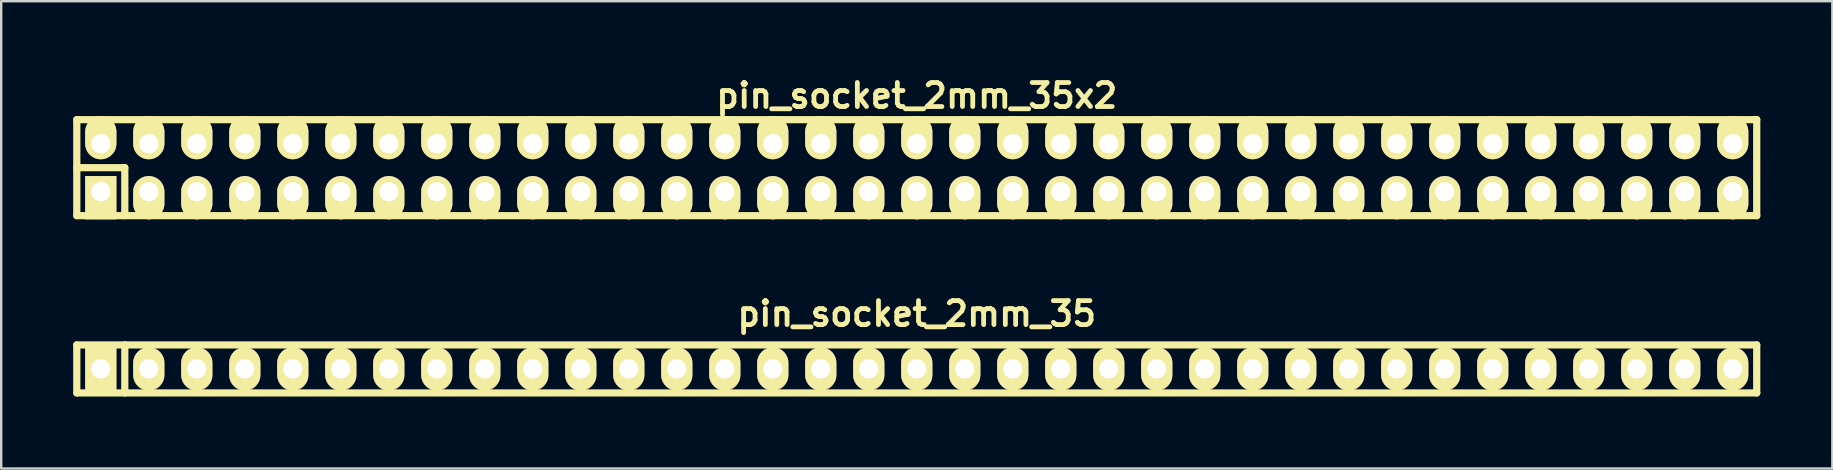
<source format=kicad_pcb>
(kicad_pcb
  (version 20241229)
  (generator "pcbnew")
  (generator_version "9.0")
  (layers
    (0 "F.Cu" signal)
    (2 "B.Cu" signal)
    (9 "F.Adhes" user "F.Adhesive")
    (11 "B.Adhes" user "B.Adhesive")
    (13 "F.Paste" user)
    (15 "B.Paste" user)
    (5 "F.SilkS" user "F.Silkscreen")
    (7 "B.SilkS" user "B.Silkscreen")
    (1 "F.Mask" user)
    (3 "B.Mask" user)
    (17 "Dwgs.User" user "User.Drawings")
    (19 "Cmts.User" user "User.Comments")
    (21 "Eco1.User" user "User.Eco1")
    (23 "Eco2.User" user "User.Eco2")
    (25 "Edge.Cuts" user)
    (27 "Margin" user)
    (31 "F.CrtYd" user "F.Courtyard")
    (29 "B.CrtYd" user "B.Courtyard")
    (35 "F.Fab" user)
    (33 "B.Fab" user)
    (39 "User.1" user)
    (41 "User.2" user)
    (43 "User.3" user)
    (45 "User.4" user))
  (footprint "pin_socket_2mm_35x2"
    (layer "F.Cu")
    (at 35.15 3.936)
    (property "Reference" "pin_socket_2mm_35x2" (at 0 -3 0) (layer "F.SilkS") (effects (font (size 1 1) (thickness 0.2))))
    (attr through_hole)
    (fp_line (start -35 -2) (end 35 -2) (stroke (width 0.3) (type solid)) (layer "F.SilkS"))
    (fp_line (start -35 0) (end -33 0) (stroke (width 0.3) (type solid)) (layer "F.SilkS"))
    (fp_line (start -35 2) (end -35 -2) (stroke (width 0.3) (type solid)) (layer "F.SilkS"))
    (fp_line (start -33 0) (end -33 2) (stroke (width 0.3) (type solid)) (layer "F.SilkS"))
    (fp_line (start 35 -2) (end 35 2) (stroke (width 0.3) (type solid)) (layer "F.SilkS"))
    (fp_line (start 35 2) (end -35 2) (stroke (width 0.3) (type solid)) (layer "F.SilkS"))
    (pad "1" thru_hole rect (at -34 1) (size 1.3 1.8) (drill 0.8 (offset 0 0.25)) (layers "*.Cu" "*.Mask" "F.SilkS"))
    (pad "2" thru_hole oval (at -34 -1) (size 1.3 1.8) (drill 0.8 (offset 0 -0.25)) (layers "*.Cu" "*.Mask" "F.SilkS"))
    (pad "3" thru_hole oval (at -32 1) (size 1.3 1.8) (drill 0.8 (offset 0 0.25)) (layers "*.Cu" "*.Mask" "F.SilkS"))
    (pad "4" thru_hole oval (at -32 -1) (size 1.3 1.8) (drill 0.8 (offset 0 -0.25)) (layers "*.Cu" "*.Mask" "F.SilkS"))
    (pad "5" thru_hole oval (at -30 1) (size 1.3 1.8) (drill 0.8 (offset 0 0.25)) (layers "*.Cu" "*.Mask" "F.SilkS"))
    (pad "6" thru_hole oval (at -30 -1) (size 1.3 1.8) (drill 0.8 (offset 0 -0.25)) (layers "*.Cu" "*.Mask" "F.SilkS"))
    (pad "7" thru_hole oval (at -28 1) (size 1.3 1.8) (drill 0.8 (offset 0 0.25)) (layers "*.Cu" "*.Mask" "F.SilkS"))
    (pad "8" thru_hole oval (at -28 -1) (size 1.3 1.8) (drill 0.8 (offset 0 -0.25)) (layers "*.Cu" "*.Mask" "F.SilkS"))
    (pad "9" thru_hole oval (at -26 1) (size 1.3 1.8) (drill 0.8 (offset 0 0.25)) (layers "*.Cu" "*.Mask" "F.SilkS"))
    (pad "10" thru_hole oval (at -26 -1) (size 1.3 1.8) (drill 0.8 (offset 0 -0.25)) (layers "*.Cu" "*.Mask" "F.SilkS"))
    (pad "11" thru_hole oval (at -24 1) (size 1.3 1.8) (drill 0.8 (offset 0 0.25)) (layers "*.Cu" "*.Mask" "F.SilkS"))
    (pad "12" thru_hole oval (at -24 -1) (size 1.3 1.8) (drill 0.8 (offset 0 -0.25)) (layers "*.Cu" "*.Mask" "F.SilkS"))
    (pad "13" thru_hole oval (at -22 1) (size 1.3 1.8) (drill 0.8 (offset 0 0.25)) (layers "*.Cu" "*.Mask" "F.SilkS"))
    (pad "14" thru_hole oval (at -22 -1) (size 1.3 1.8) (drill 0.8 (offset 0 -0.25)) (layers "*.Cu" "*.Mask" "F.SilkS"))
    (pad "15" thru_hole oval (at -20 1) (size 1.3 1.8) (drill 0.8 (offset 0 0.25)) (layers "*.Cu" "*.Mask" "F.SilkS"))
    (pad "16" thru_hole oval (at -20 -1) (size 1.3 1.8) (drill 0.8 (offset 0 -0.25)) (layers "*.Cu" "*.Mask" "F.SilkS"))
    (pad "17" thru_hole oval (at -18 1) (size 1.3 1.8) (drill 0.8 (offset 0 0.25)) (layers "*.Cu" "*.Mask" "F.SilkS"))
    (pad "18" thru_hole oval (at -18 -1) (size 1.3 1.8) (drill 0.8 (offset 0 -0.25)) (layers "*.Cu" "*.Mask" "F.SilkS"))
    (pad "19" thru_hole oval (at -16 1) (size 1.3 1.8) (drill 0.8 (offset 0 0.25)) (layers "*.Cu" "*.Mask" "F.SilkS"))
    (pad "20" thru_hole oval (at -16 -1) (size 1.3 1.8) (drill 0.8 (offset 0 -0.25)) (layers "*.Cu" "*.Mask" "F.SilkS"))
    (pad "21" thru_hole oval (at -14 1) (size 1.3 1.8) (drill 0.8 (offset 0 0.25)) (layers "*.Cu" "*.Mask" "F.SilkS"))
    (pad "22" thru_hole oval (at -14 -1) (size 1.3 1.8) (drill 0.8 (offset 0 -0.25)) (layers "*.Cu" "*.Mask" "F.SilkS"))
    (pad "23" thru_hole oval (at -12 1) (size 1.3 1.8) (drill 0.8 (offset 0 0.25)) (layers "*.Cu" "*.Mask" "F.SilkS"))
    (pad "24" thru_hole oval (at -12 -1) (size 1.3 1.8) (drill 0.8 (offset 0 -0.25)) (layers "*.Cu" "*.Mask" "F.SilkS"))
    (pad "25" thru_hole oval (at -10 1) (size 1.3 1.8) (drill 0.8 (offset 0 0.25)) (layers "*.Cu" "*.Mask" "F.SilkS"))
    (pad "26" thru_hole oval (at -10 -1) (size 1.3 1.8) (drill 0.8 (offset 0 -0.25)) (layers "*.Cu" "*.Mask" "F.SilkS"))
    (pad "27" thru_hole oval (at -8 1) (size 1.3 1.8) (drill 0.8 (offset 0 0.25)) (layers "*.Cu" "*.Mask" "F.SilkS"))
    (pad "28" thru_hole oval (at -8 -1) (size 1.3 1.8) (drill 0.8 (offset 0 -0.25)) (layers "*.Cu" "*.Mask" "F.SilkS"))
    (pad "29" thru_hole oval (at -6 1) (size 1.3 1.8) (drill 0.8 (offset 0 0.25)) (layers "*.Cu" "*.Mask" "F.SilkS"))
    (pad "30" thru_hole oval (at -6 -1) (size 1.3 1.8) (drill 0.8 (offset 0 -0.25)) (layers "*.Cu" "*.Mask" "F.SilkS"))
    (pad "31" thru_hole oval (at -4 1) (size 1.3 1.8) (drill 0.8 (offset 0 0.25)) (layers "*.Cu" "*.Mask" "F.SilkS"))
    (pad "32" thru_hole oval (at -4 -1) (size 1.3 1.8) (drill 0.8 (offset 0 -0.25)) (layers "*.Cu" "*.Mask" "F.SilkS"))
    (pad "33" thru_hole oval (at -2 1) (size 1.3 1.8) (drill 0.8 (offset 0 0.25)) (layers "*.Cu" "*.Mask" "F.SilkS"))
    (pad "34" thru_hole oval (at -2 -1) (size 1.3 1.8) (drill 0.8 (offset 0 -0.25)) (layers "*.Cu" "*.Mask" "F.SilkS"))
    (pad "35" thru_hole oval (at 0 1) (size 1.3 1.8) (drill 0.8 (offset 0 0.25)) (layers "*.Cu" "*.Mask" "F.SilkS"))
    (pad "36" thru_hole oval (at 0 -1) (size 1.3 1.8) (drill 0.8 (offset 0 -0.25)) (layers "*.Cu" "*.Mask" "F.SilkS"))
    (pad "37" thru_hole oval (at 2 1) (size 1.3 1.8) (drill 0.8 (offset 0 0.25)) (layers "*.Cu" "*.Mask" "F.SilkS"))
    (pad "38" thru_hole oval (at 2 -1) (size 1.3 1.8) (drill 0.8 (offset 0 -0.25)) (layers "*.Cu" "*.Mask" "F.SilkS"))
    (pad "39" thru_hole oval (at 4 1) (size 1.3 1.8) (drill 0.8 (offset 0 0.25)) (layers "*.Cu" "*.Mask" "F.SilkS"))
    (pad "40" thru_hole oval (at 4 -1) (size 1.3 1.8) (drill 0.8 (offset 0 -0.25)) (layers "*.Cu" "*.Mask" "F.SilkS"))
    (pad "41" thru_hole oval (at 6 1) (size 1.3 1.8) (drill 0.8 (offset 0 0.25)) (layers "*.Cu" "*.Mask" "F.SilkS"))
    (pad "42" thru_hole oval (at 6 -1) (size 1.3 1.8) (drill 0.8 (offset 0 -0.25)) (layers "*.Cu" "*.Mask" "F.SilkS"))
    (pad "43" thru_hole oval (at 8 1) (size 1.3 1.8) (drill 0.8 (offset 0 0.25)) (layers "*.Cu" "*.Mask" "F.SilkS"))
    (pad "44" thru_hole oval (at 8 -1) (size 1.3 1.8) (drill 0.8 (offset 0 -0.25)) (layers "*.Cu" "*.Mask" "F.SilkS"))
    (pad "45" thru_hole oval (at 10 1) (size 1.3 1.8) (drill 0.8 (offset 0 0.25)) (layers "*.Cu" "*.Mask" "F.SilkS"))
    (pad "46" thru_hole oval (at 10 -1) (size 1.3 1.8) (drill 0.8 (offset 0 -0.25)) (layers "*.Cu" "*.Mask" "F.SilkS"))
    (pad "47" thru_hole oval (at 12 1) (size 1.3 1.8) (drill 0.8 (offset 0 0.25)) (layers "*.Cu" "*.Mask" "F.SilkS"))
    (pad "48" thru_hole oval (at 12 -1) (size 1.3 1.8) (drill 0.8 (offset 0 -0.25)) (layers "*.Cu" "*.Mask" "F.SilkS"))
    (pad "49" thru_hole oval (at 14 1) (size 1.3 1.8) (drill 0.8 (offset 0 0.25)) (layers "*.Cu" "*.Mask" "F.SilkS"))
    (pad "50" thru_hole oval (at 14 -1) (size 1.3 1.8) (drill 0.8 (offset 0 -0.25)) (layers "*.Cu" "*.Mask" "F.SilkS"))
    (pad "51" thru_hole oval (at 16 1) (size 1.3 1.8) (drill 0.8 (offset 0 0.25)) (layers "*.Cu" "*.Mask" "F.SilkS"))
    (pad "52" thru_hole oval (at 16 -1) (size 1.3 1.8) (drill 0.8 (offset 0 -0.25)) (layers "*.Cu" "*.Mask" "F.SilkS"))
    (pad "53" thru_hole oval (at 18 1) (size 1.3 1.8) (drill 0.8 (offset 0 0.25)) (layers "*.Cu" "*.Mask" "F.SilkS"))
    (pad "54" thru_hole oval (at 18 -1) (size 1.3 1.8) (drill 0.8 (offset 0 -0.25)) (layers "*.Cu" "*.Mask" "F.SilkS"))
    (pad "55" thru_hole oval (at 20 1) (size 1.3 1.8) (drill 0.8 (offset 0 0.25)) (layers "*.Cu" "*.Mask" "F.SilkS"))
    (pad "56" thru_hole oval (at 20 -1) (size 1.3 1.8) (drill 0.8 (offset 0 -0.25)) (layers "*.Cu" "*.Mask" "F.SilkS"))
    (pad "57" thru_hole oval (at 22 1) (size 1.3 1.8) (drill 0.8 (offset 0 0.25)) (layers "*.Cu" "*.Mask" "F.SilkS"))
    (pad "58" thru_hole oval (at 22 -1) (size 1.3 1.8) (drill 0.8 (offset 0 -0.25)) (layers "*.Cu" "*.Mask" "F.SilkS"))
    (pad "59" thru_hole oval (at 24 1) (size 1.3 1.8) (drill 0.8 (offset 0 0.25)) (layers "*.Cu" "*.Mask" "F.SilkS"))
    (pad "60" thru_hole oval (at 24 -1) (size 1.3 1.8) (drill 0.8 (offset 0 -0.25)) (layers "*.Cu" "*.Mask" "F.SilkS"))
    (pad "61" thru_hole oval (at 26 1) (size 1.3 1.8) (drill 0.8 (offset 0 0.25)) (layers "*.Cu" "*.Mask" "F.SilkS"))
    (pad "62" thru_hole oval (at 26 -1) (size 1.3 1.8) (drill 0.8 (offset 0 -0.25)) (layers "*.Cu" "*.Mask" "F.SilkS"))
    (pad "63" thru_hole oval (at 28 1) (size 1.3 1.8) (drill 0.8 (offset 0 0.25)) (layers "*.Cu" "*.Mask" "F.SilkS"))
    (pad "64" thru_hole oval (at 28 -1) (size 1.3 1.8) (drill 0.8 (offset 0 -0.25)) (layers "*.Cu" "*.Mask" "F.SilkS"))
    (pad "65" thru_hole oval (at 30 1) (size 1.3 1.8) (drill 0.8 (offset 0 0.25)) (layers "*.Cu" "*.Mask" "F.SilkS"))
    (pad "66" thru_hole oval (at 30 -1) (size 1.3 1.8) (drill 0.8 (offset 0 -0.25)) (layers "*.Cu" "*.Mask" "F.SilkS"))
    (pad "67" thru_hole oval (at 32 1) (size 1.3 1.8) (drill 0.8 (offset 0 0.25)) (layers "*.Cu" "*.Mask" "F.SilkS"))
    (pad "68" thru_hole oval (at 32 -1) (size 1.3 1.8) (drill 0.8 (offset 0 -0.25)) (layers "*.Cu" "*.Mask" "F.SilkS"))
    (pad "69" thru_hole oval (at 34 1) (size 1.3 1.8) (drill 0.8 (offset 0 0.25)) (layers "*.Cu" "*.Mask" "F.SilkS"))
    (pad "70" thru_hole oval (at 34 -1) (size 1.3 1.8) (drill 0.8 (offset 0 -0.25)) (layers "*.Cu" "*.Mask" "F.SilkS")))
  (footprint "pin_socket_2mm_35"
    (layer "F.Cu")
    (at 35.15 12.322)
    (property "Reference" "pin_socket_2mm_35" (at 0 -2.3 0) (layer "F.SilkS") (effects (font (size 1 1) (thickness 0.2))))
    (attr through_hole)
    (fp_line (start -35 -1) (end 35 -1) (stroke (width 0.3) (type solid)) (layer "F.SilkS"))
    (fp_line (start -35 1) (end -35 -1) (stroke (width 0.3) (type solid)) (layer "F.SilkS"))
    (fp_line (start -33 -1) (end -33 1) (stroke (width 0.3) (type solid)) (layer "F.SilkS"))
    (fp_line (start 35 -1) (end 35 1) (stroke (width 0.3) (type solid)) (layer "F.SilkS"))
    (fp_line (start 35 1) (end -35 1) (stroke (width 0.3) (type solid)) (layer "F.SilkS"))
    (pad "1" thru_hole rect (at -34 0) (size 1.3 1.8) (drill 0.8) (layers "*.Cu" "*.Mask" "F.SilkS"))
    (pad "2" thru_hole oval (at -32 0) (size 1.3 1.8) (drill 0.8) (layers "*.Cu" "*.Mask" "F.SilkS"))
    (pad "3" thru_hole oval (at -30 0) (size 1.3 1.8) (drill 0.8) (layers "*.Cu" "*.Mask" "F.SilkS"))
    (pad "4" thru_hole oval (at -28 0) (size 1.3 1.8) (drill 0.8) (layers "*.Cu" "*.Mask" "F.SilkS"))
    (pad "5" thru_hole oval (at -26 0) (size 1.3 1.8) (drill 0.8) (layers "*.Cu" "*.Mask" "F.SilkS"))
    (pad "6" thru_hole oval (at -24 0) (size 1.3 1.8) (drill 0.8) (layers "*.Cu" "*.Mask" "F.SilkS"))
    (pad "7" thru_hole oval (at -22 0) (size 1.3 1.8) (drill 0.8) (layers "*.Cu" "*.Mask" "F.SilkS"))
    (pad "8" thru_hole oval (at -20 0) (size 1.3 1.8) (drill 0.8) (layers "*.Cu" "*.Mask" "F.SilkS"))
    (pad "9" thru_hole oval (at -18 0) (size 1.3 1.8) (drill 0.8) (layers "*.Cu" "*.Mask" "F.SilkS"))
    (pad "10" thru_hole oval (at -16 0) (size 1.3 1.8) (drill 0.8) (layers "*.Cu" "*.Mask" "F.SilkS"))
    (pad "11" thru_hole oval (at -14 0) (size 1.3 1.8) (drill 0.8) (layers "*.Cu" "*.Mask" "F.SilkS"))
    (pad "12" thru_hole oval (at -12 0) (size 1.3 1.8) (drill 0.8) (layers "*.Cu" "*.Mask" "F.SilkS"))
    (pad "13" thru_hole oval (at -10 0) (size 1.3 1.8) (drill 0.8) (layers "*.Cu" "*.Mask" "F.SilkS"))
    (pad "14" thru_hole oval (at -8 0) (size 1.3 1.8) (drill 0.8) (layers "*.Cu" "*.Mask" "F.SilkS"))
    (pad "15" thru_hole oval (at -6 0) (size 1.3 1.8) (drill 0.8) (layers "*.Cu" "*.Mask" "F.SilkS"))
    (pad "16" thru_hole oval (at -4 0) (size 1.3 1.8) (drill 0.8) (layers "*.Cu" "*.Mask" "F.SilkS"))
    (pad "17" thru_hole oval (at -2 0) (size 1.3 1.8) (drill 0.8) (layers "*.Cu" "*.Mask" "F.SilkS"))
    (pad "18" thru_hole oval (at 0 0) (size 1.3 1.8) (drill 0.8) (layers "*.Cu" "*.Mask" "F.SilkS"))
    (pad "19" thru_hole oval (at 2 0) (size 1.3 1.8) (drill 0.8) (layers "*.Cu" "*.Mask" "F.SilkS"))
    (pad "20" thru_hole oval (at 4 0) (size 1.3 1.8) (drill 0.8) (layers "*.Cu" "*.Mask" "F.SilkS"))
    (pad "21" thru_hole oval (at 6 0) (size 1.3 1.8) (drill 0.8) (layers "*.Cu" "*.Mask" "F.SilkS"))
    (pad "22" thru_hole oval (at 8 0) (size 1.3 1.8) (drill 0.8) (layers "*.Cu" "*.Mask" "F.SilkS"))
    (pad "23" thru_hole oval (at 10 0) (size 1.3 1.8) (drill 0.8) (layers "*.Cu" "*.Mask" "F.SilkS"))
    (pad "24" thru_hole oval (at 12 0) (size 1.3 1.8) (drill 0.8) (layers "*.Cu" "*.Mask" "F.SilkS"))
    (pad "25" thru_hole oval (at 14 0) (size 1.3 1.8) (drill 0.8) (layers "*.Cu" "*.Mask" "F.SilkS"))
    (pad "26" thru_hole oval (at 16 0) (size 1.3 1.8) (drill 0.8) (layers "*.Cu" "*.Mask" "F.SilkS"))
    (pad "27" thru_hole oval (at 18 0) (size 1.3 1.8) (drill 0.8) (layers "*.Cu" "*.Mask" "F.SilkS"))
    (pad "28" thru_hole oval (at 20 0) (size 1.3 1.8) (drill 0.8) (layers "*.Cu" "*.Mask" "F.SilkS"))
    (pad "29" thru_hole oval (at 22 0) (size 1.3 1.8) (drill 0.8) (layers "*.Cu" "*.Mask" "F.SilkS"))
    (pad "30" thru_hole oval (at 24 0) (size 1.3 1.8) (drill 0.8) (layers "*.Cu" "*.Mask" "F.SilkS"))
    (pad "31" thru_hole oval (at 26 0) (size 1.3 1.8) (drill 0.8) (layers "*.Cu" "*.Mask" "F.SilkS"))
    (pad "32" thru_hole oval (at 28 0) (size 1.3 1.8) (drill 0.8) (layers "*.Cu" "*.Mask" "F.SilkS"))
    (pad "33" thru_hole oval (at 30 0) (size 1.3 1.8) (drill 0.8) (layers "*.Cu" "*.Mask" "F.SilkS"))
    (pad "34" thru_hole oval (at 32 0) (size 1.3 1.8) (drill 0.8) (layers "*.Cu" "*.Mask" "F.SilkS"))
    (pad "35" thru_hole oval (at 34 0) (size 1.3 1.8) (drill 0.8) (layers "*.Cu" "*.Mask" "F.SilkS")))
  (gr_rect
    (start -3 -3)
    (end 73.3 16.472)
    (stroke (width 0.1) (type default))
    (fill no)
    (layer "Edge.Cuts")))
</source>
